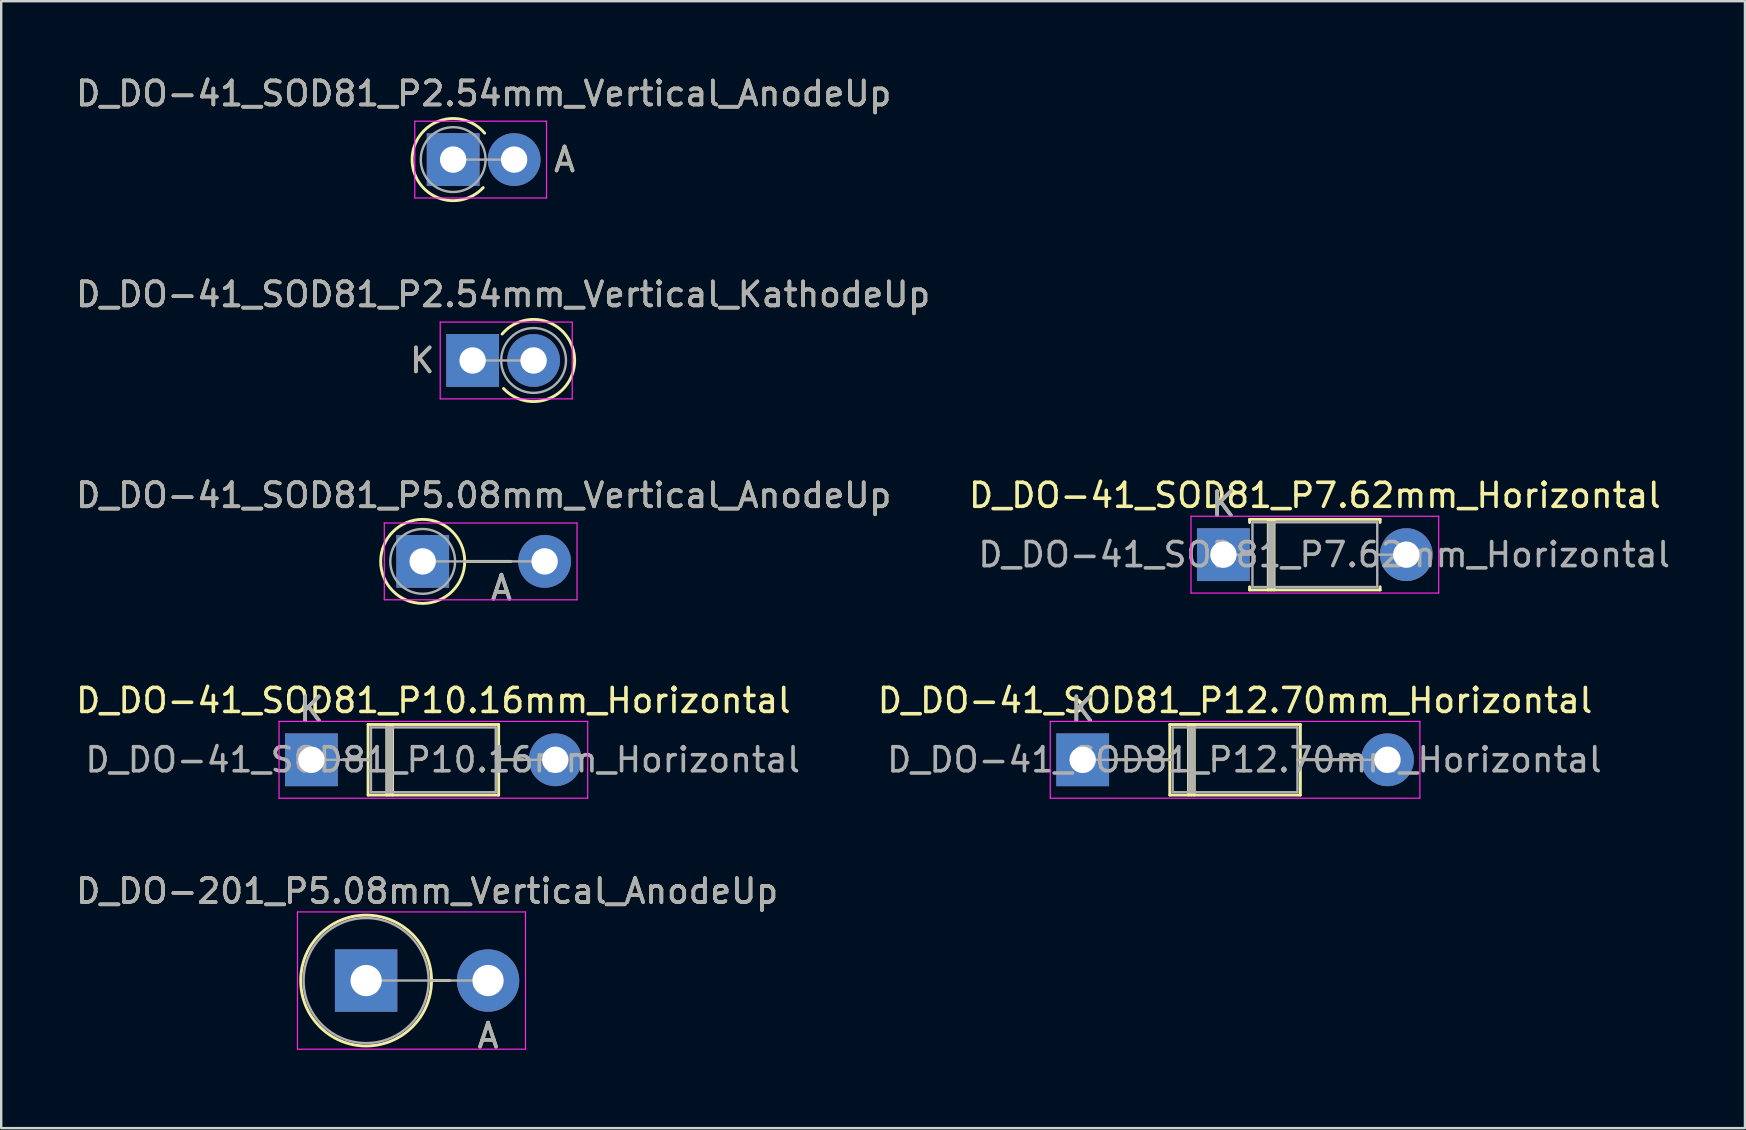
<source format=kicad_pcb>
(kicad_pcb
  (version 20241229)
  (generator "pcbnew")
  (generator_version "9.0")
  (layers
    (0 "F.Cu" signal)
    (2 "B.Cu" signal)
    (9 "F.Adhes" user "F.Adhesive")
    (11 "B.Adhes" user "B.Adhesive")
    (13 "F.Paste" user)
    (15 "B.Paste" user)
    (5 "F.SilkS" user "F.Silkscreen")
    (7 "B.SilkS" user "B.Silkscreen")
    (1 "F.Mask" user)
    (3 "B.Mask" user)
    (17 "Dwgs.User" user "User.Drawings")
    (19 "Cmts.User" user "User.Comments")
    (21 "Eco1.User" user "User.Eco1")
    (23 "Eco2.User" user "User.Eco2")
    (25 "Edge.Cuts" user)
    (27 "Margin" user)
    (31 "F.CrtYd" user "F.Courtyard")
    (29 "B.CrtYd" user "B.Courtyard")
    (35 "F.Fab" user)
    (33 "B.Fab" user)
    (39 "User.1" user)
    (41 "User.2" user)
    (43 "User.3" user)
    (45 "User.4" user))
  (footprint "D_DO-41_SOD81_P2.54mm_Vertical_KathodeUp"
    (layer "F.Cu")
    (at 16.641 11.969)
    (property "Reference" "D_DO-41_SOD81_P2.54mm_Vertical_KathodeUp" (at 1.27 -2.751 0) (layer "F.SilkS") (effects (font (size 1 1) (thickness 0.15))))
    (attr through_hole)
    (fp_arc (start 1.228847 -1.1) (mid 4.250877 -0.044974) (end 1.288449 1.167366) (stroke (width 0.12) (type solid)) (layer "F.SilkS"))
    (fp_line (start -1.35 -1.6) (end -1.35 1.6) (stroke (width 0.05) (type solid)) (layer "F.CrtYd"))
    (fp_line (start -1.35 1.6) (end 4.15 1.6) (stroke (width 0.05) (type solid)) (layer "F.CrtYd"))
    (fp_line (start 4.15 -1.6) (end -1.35 -1.6) (stroke (width 0.05) (type solid)) (layer "F.CrtYd"))
    (fp_line (start 4.15 1.6) (end 4.15 -1.6) (stroke (width 0.05) (type solid)) (layer "F.CrtYd"))
    (fp_line (start 0 0) (end 2.54 0) (stroke (width 0.1) (type solid)) (layer "F.Fab"))
    (fp_circle (center 2.54 0) (end 3.89 0) (stroke (width 0.1) (type solid)) (fill no) (layer "F.Fab"))
    (fp_text user "K" (at -2.1 0 0) (layer "F.SilkS") (effects (font (size 1 1) (thickness 0.15))))
    (fp_text user "K" (at -2.1 0 0) (layer "F.Fab") (effects (font (size 1 1) (thickness 0.15))))
    (fp_text user "${REFERENCE}" (at 1.27 -2.751 0) (layer "F.Fab") (effects (font (size 1 1) (thickness 0.15))))
    (pad "1" thru_hole rect (at 0 0) (size 2.2 2.2) (drill 1.1) (layers "*.Cu" "*.Mask"))
    (pad "2" thru_hole oval (at 2.54 0) (size 2.2 2.2) (drill 1.1) (layers "*.Cu" "*.Mask")))
  (footprint "D_DO-41_SOD81_P7.62mm_Horizontal"
    (layer "F.Cu")
    (at 47.922 20.059)
    (property "Reference" "D_DO-41_SOD81_P7.62mm_Horizontal" (at 3.81 -2.47 0) (layer "F.SilkS") (effects (font (size 1 1) (thickness 0.15))))
    (attr through_hole)
    (fp_line (start 1.09 -1.47) (end 6.53 -1.47) (stroke (width 0.12) (type solid)) (layer "F.SilkS"))
    (fp_line (start 1.09 -1.34) (end 1.09 -1.47) (stroke (width 0.12) (type solid)) (layer "F.SilkS"))
    (fp_line (start 1.09 1.34) (end 1.09 1.47) (stroke (width 0.12) (type solid)) (layer "F.SilkS"))
    (fp_line (start 1.09 1.47) (end 6.53 1.47) (stroke (width 0.12) (type solid)) (layer "F.SilkS"))
    (fp_line (start 1.87 -1.47) (end 1.87 1.47) (stroke (width 0.12) (type solid)) (layer "F.SilkS"))
    (fp_line (start 1.99 -1.47) (end 1.99 1.47) (stroke (width 0.12) (type solid)) (layer "F.SilkS"))
    (fp_line (start 2.11 -1.47) (end 2.11 1.47) (stroke (width 0.12) (type solid)) (layer "F.SilkS"))
    (fp_line (start 6.53 -1.47) (end 6.53 -1.34) (stroke (width 0.12) (type solid)) (layer "F.SilkS"))
    (fp_line (start 6.53 1.47) (end 6.53 1.34) (stroke (width 0.12) (type solid)) (layer "F.SilkS"))
    (fp_line (start -1.35 -1.6) (end -1.35 1.6) (stroke (width 0.05) (type solid)) (layer "F.CrtYd"))
    (fp_line (start -1.35 1.6) (end 8.97 1.6) (stroke (width 0.05) (type solid)) (layer "F.CrtYd"))
    (fp_line (start 8.97 -1.6) (end -1.35 -1.6) (stroke (width 0.05) (type solid)) (layer "F.CrtYd"))
    (fp_line (start 8.97 1.6) (end 8.97 -1.6) (stroke (width 0.05) (type solid)) (layer "F.CrtYd"))
    (fp_line (start 0 0) (end 1.21 0) (stroke (width 0.1) (type solid)) (layer "F.Fab"))
    (fp_line (start 1.21 -1.35) (end 1.21 1.35) (stroke (width 0.1) (type solid)) (layer "F.Fab"))
    (fp_line (start 1.21 1.35) (end 6.41 1.35) (stroke (width 0.1) (type solid)) (layer "F.Fab"))
    (fp_line (start 1.89 -1.35) (end 1.89 1.35) (stroke (width 0.1) (type solid)) (layer "F.Fab"))
    (fp_line (start 1.99 -1.35) (end 1.99 1.35) (stroke (width 0.1) (type solid)) (layer "F.Fab"))
    (fp_line (start 2.09 -1.35) (end 2.09 1.35) (stroke (width 0.1) (type solid)) (layer "F.Fab"))
    (fp_line (start 6.41 -1.35) (end 1.21 -1.35) (stroke (width 0.1) (type solid)) (layer "F.Fab"))
    (fp_line (start 6.41 1.35) (end 6.41 -1.35) (stroke (width 0.1) (type solid)) (layer "F.Fab"))
    (fp_line (start 7.62 0) (end 6.41 0) (stroke (width 0.1) (type solid)) (layer "F.Fab"))
    (fp_text user "K" (at 0 -2.1 0) (layer "F.SilkS") (effects (font (size 1 1) (thickness 0.15))))
    (fp_text user "K" (at 0 -2.1 0) (layer "F.Fab") (effects (font (size 1 1) (thickness 0.15))))
    (fp_text user "${REFERENCE}" (at 4.2 0 0) (layer "F.Fab") (effects (font (size 1 1) (thickness 0.15))))
    (pad "1" thru_hole rect (at 0 0) (size 2.2 2.2) (drill 1.1) (layers "*.Cu" "*.Mask"))
    (pad "2" thru_hole oval (at 7.62 0) (size 2.2 2.2) (drill 1.1) (layers "*.Cu" "*.Mask")))
  (footprint "D_DO-41_SOD81_P12.70mm_Horizontal"
    (layer "F.Cu")
    (at 42.058 28.606)
    (property "Reference" "D_DO-41_SOD81_P12.70mm_Horizontal" (at 6.35 -2.47 0) (layer "F.SilkS") (effects (font (size 1 1) (thickness 0.15))))
    (attr through_hole)
    (fp_line (start 1.34 0) (end 3.63 0) (stroke (width 0.12) (type solid)) (layer "F.SilkS"))
    (fp_line (start 3.63 -1.47) (end 3.63 1.47) (stroke (width 0.12) (type solid)) (layer "F.SilkS"))
    (fp_line (start 3.63 1.47) (end 9.07 1.47) (stroke (width 0.12) (type solid)) (layer "F.SilkS"))
    (fp_line (start 4.41 -1.47) (end 4.41 1.47) (stroke (width 0.12) (type solid)) (layer "F.SilkS"))
    (fp_line (start 4.53 -1.47) (end 4.53 1.47) (stroke (width 0.12) (type solid)) (layer "F.SilkS"))
    (fp_line (start 4.65 -1.47) (end 4.65 1.47) (stroke (width 0.12) (type solid)) (layer "F.SilkS"))
    (fp_line (start 9.07 -1.47) (end 3.63 -1.47) (stroke (width 0.12) (type solid)) (layer "F.SilkS"))
    (fp_line (start 9.07 1.47) (end 9.07 -1.47) (stroke (width 0.12) (type solid)) (layer "F.SilkS"))
    (fp_line (start 11.36 0) (end 9.07 0) (stroke (width 0.12) (type solid)) (layer "F.SilkS"))
    (fp_line (start -1.35 -1.6) (end -1.35 1.6) (stroke (width 0.05) (type solid)) (layer "F.CrtYd"))
    (fp_line (start -1.35 1.6) (end 14.05 1.6) (stroke (width 0.05) (type solid)) (layer "F.CrtYd"))
    (fp_line (start 14.05 -1.6) (end -1.35 -1.6) (stroke (width 0.05) (type solid)) (layer "F.CrtYd"))
    (fp_line (start 14.05 1.6) (end 14.05 -1.6) (stroke (width 0.05) (type solid)) (layer "F.CrtYd"))
    (fp_line (start 0 0) (end 3.75 0) (stroke (width 0.1) (type solid)) (layer "F.Fab"))
    (fp_line (start 3.75 -1.35) (end 3.75 1.35) (stroke (width 0.1) (type solid)) (layer "F.Fab"))
    (fp_line (start 3.75 1.35) (end 8.95 1.35) (stroke (width 0.1) (type solid)) (layer "F.Fab"))
    (fp_line (start 4.43 -1.35) (end 4.43 1.35) (stroke (width 0.1) (type solid)) (layer "F.Fab"))
    (fp_line (start 4.53 -1.35) (end 4.53 1.35) (stroke (width 0.1) (type solid)) (layer "F.Fab"))
    (fp_line (start 4.63 -1.35) (end 4.63 1.35) (stroke (width 0.1) (type solid)) (layer "F.Fab"))
    (fp_line (start 8.95 -1.35) (end 3.75 -1.35) (stroke (width 0.1) (type solid)) (layer "F.Fab"))
    (fp_line (start 8.95 1.35) (end 8.95 -1.35) (stroke (width 0.1) (type solid)) (layer "F.Fab"))
    (fp_line (start 12.7 0) (end 8.95 0) (stroke (width 0.1) (type solid)) (layer "F.Fab"))
    (fp_text user "K" (at 0 -2.1 0) (layer "F.SilkS") (effects (font (size 1 1) (thickness 0.15))))
    (fp_text user "${REFERENCE}" (at 6.74 0 0) (layer "F.Fab") (effects (font (size 1 1) (thickness 0.15))))
    (fp_text user "K" (at 0 -2.1 0) (layer "F.Fab") (effects (font (size 1 1) (thickness 0.15))))
    (pad "1" thru_hole rect (at 0 0) (size 2.2 2.2) (drill 1.1) (layers "*.Cu" "*.Mask"))
    (pad "2" thru_hole oval (at 12.7 0) (size 2.2 2.2) (drill 1.1) (layers "*.Cu" "*.Mask")))
  (footprint "D_DO-41_SOD81_P5.08mm_Vertical_AnodeUp"
    (layer "F.Cu")
    (at 14.561 20.34)
    (property "Reference" "D_DO-41_SOD81_P5.08mm_Vertical_AnodeUp" (at 2.54 -2.751 0) (layer "F.SilkS") (effects (font (size 1 1) (thickness 0.15))))
    (attr through_hole)
    (fp_line (start 1.751 0) (end 3.68 0) (stroke (width 0.12) (type solid)) (layer "F.SilkS"))
    (fp_circle (center 0 0) (end 1.751 0) (stroke (width 0.12) (type solid)) (fill no) (layer "F.SilkS"))
    (fp_line (start -1.6 -1.6) (end -1.6 1.6) (stroke (width 0.05) (type solid)) (layer "F.CrtYd"))
    (fp_line (start -1.6 1.6) (end 6.43 1.6) (stroke (width 0.05) (type solid)) (layer "F.CrtYd"))
    (fp_line (start 6.43 -1.6) (end -1.6 -1.6) (stroke (width 0.05) (type solid)) (layer "F.CrtYd"))
    (fp_line (start 6.43 1.6) (end 6.43 -1.6) (stroke (width 0.05) (type solid)) (layer "F.CrtYd"))
    (fp_line (start 0 0) (end 5.08 0) (stroke (width 0.1) (type solid)) (layer "F.Fab"))
    (fp_circle (center 0 0) (end 1.35 0) (stroke (width 0.1) (type solid)) (fill no) (layer "F.Fab"))
    (fp_text user "A" (at 3.28 1.1 0) (layer "F.SilkS") (effects (font (size 1 1) (thickness 0.15))))
    (fp_text user "A" (at 3.28 1.1 0) (layer "F.Fab") (effects (font (size 1 1) (thickness 0.15))))
    (fp_text user "${REFERENCE}" (at 2.54 -2.751 0) (layer "F.Fab") (effects (font (size 1 1) (thickness 0.15))))
    (pad "1" thru_hole rect (at 0 0) (size 2.2 2.2) (drill 1.1) (layers "*.Cu" "*.Mask"))
    (pad "2" thru_hole oval (at 5.08 0) (size 2.2 2.2) (drill 1.1) (layers "*.Cu" "*.Mask")))
  (footprint "D_DO-41_SOD81_P2.54mm_Vertical_AnodeUp"
    (layer "F.Cu")
    (at 15.831 3.599)
    (property "Reference" "D_DO-41_SOD81_P2.54mm_Vertical_AnodeUp" (at 1.27 -2.751 0) (layer "F.SilkS") (effects (font (size 1 1) (thickness 0.15))))
    (attr through_hole)
    (fp_arc (start 1.251551 1.167366) (mid -1.710877 -0.044974) (end 1.311153 -1.1) (stroke (width 0.12) (type solid)) (layer "F.SilkS"))
    (fp_line (start -1.6 -1.6) (end -1.6 1.6) (stroke (width 0.05) (type solid)) (layer "F.CrtYd"))
    (fp_line (start -1.6 1.6) (end 3.89 1.6) (stroke (width 0.05) (type solid)) (layer "F.CrtYd"))
    (fp_line (start 3.89 -1.6) (end -1.6 -1.6) (stroke (width 0.05) (type solid)) (layer "F.CrtYd"))
    (fp_line (start 3.89 1.6) (end 3.89 -1.6) (stroke (width 0.05) (type solid)) (layer "F.CrtYd"))
    (fp_line (start 0 0) (end 2.54 0) (stroke (width 0.1) (type solid)) (layer "F.Fab"))
    (fp_circle (center 0 0) (end 1.35 0) (stroke (width 0.1) (type solid)) (fill no) (layer "F.Fab"))
    (fp_text user "A" (at 4.64 0 0) (layer "F.SilkS") (effects (font (size 1 1) (thickness 0.15))))
    (fp_text user "${REFERENCE}" (at 1.27 -2.751 0) (layer "F.Fab") (effects (font (size 1 1) (thickness 0.15))))
    (fp_text user "A" (at 4.64 0 0) (layer "F.Fab") (effects (font (size 1 1) (thickness 0.15))))
    (pad "1" thru_hole rect (at 0 0) (size 2.2 2.2) (drill 1.1) (layers "*.Cu" "*.Mask"))
    (pad "2" thru_hole oval (at 2.54 0) (size 2.2 2.2) (drill 1.1) (layers "*.Cu" "*.Mask")))
  (footprint "D_DO-201_P5.08mm_Vertical_AnodeUp"
    (layer "F.Cu")
    (at 12.204 37.804)
    (property "Reference" "D_DO-201_P5.08mm_Vertical_AnodeUp" (at 2.54 -3.725 0) (layer "F.SilkS") (effects (font (size 1 1) (thickness 0.15))))
    (attr through_hole)
    (fp_line (start 2.725 0) (end 3.48 0) (stroke (width 0.12) (type solid)) (layer "F.SilkS"))
    (fp_circle (center 0 0) (end 2.725 0) (stroke (width 0.12) (type solid)) (fill no) (layer "F.SilkS"))
    (fp_line (start -2.86 -2.86) (end -2.86 2.86) (stroke (width 0.05) (type solid)) (layer "F.CrtYd"))
    (fp_line (start -2.86 2.86) (end 6.64 2.86) (stroke (width 0.05) (type solid)) (layer "F.CrtYd"))
    (fp_line (start 6.64 -2.86) (end -2.86 -2.86) (stroke (width 0.05) (type solid)) (layer "F.CrtYd"))
    (fp_line (start 6.64 2.86) (end 6.64 -2.86) (stroke (width 0.05) (type solid)) (layer "F.CrtYd"))
    (fp_line (start 0 0) (end 5.08 0) (stroke (width 0.1) (type solid)) (layer "F.Fab"))
    (fp_circle (center 0 0) (end 2.605 0) (stroke (width 0.1) (type solid)) (fill no) (layer "F.Fab"))
    (fp_text user "A" (at 5.08 2.3 0) (layer "F.SilkS") (effects (font (size 1 1) (thickness 0.15))))
    (fp_text user "${REFERENCE}" (at 2.54 -3.725 0) (layer "F.Fab") (effects (font (size 1 1) (thickness 0.15))))
    (fp_text user "A" (at 5.08 2.3 0) (layer "F.Fab") (effects (font (size 1 1) (thickness 0.15))))
    (pad "1" thru_hole rect (at 0 0) (size 2.6 2.6) (drill 1.3) (layers "*.Cu" "*.Mask"))
    (pad "2" thru_hole oval (at 5.08 0) (size 2.6 2.6) (drill 1.3) (layers "*.Cu" "*.Mask")))
  (footprint "D_DO-41_SOD81_P10.16mm_Horizontal"
    (layer "F.Cu")
    (at 9.926 28.606)
    (property "Reference" "D_DO-41_SOD81_P10.16mm_Horizontal" (at 5.08 -2.47 0) (layer "F.SilkS") (effects (font (size 1 1) (thickness 0.15))))
    (attr through_hole)
    (fp_line (start 1.34 0) (end 2.36 0) (stroke (width 0.12) (type solid)) (layer "F.SilkS"))
    (fp_line (start 2.36 -1.47) (end 2.36 1.47) (stroke (width 0.12) (type solid)) (layer "F.SilkS"))
    (fp_line (start 2.36 1.47) (end 7.8 1.47) (stroke (width 0.12) (type solid)) (layer "F.SilkS"))
    (fp_line (start 3.14 -1.47) (end 3.14 1.47) (stroke (width 0.12) (type solid)) (layer "F.SilkS"))
    (fp_line (start 3.26 -1.47) (end 3.26 1.47) (stroke (width 0.12) (type solid)) (layer "F.SilkS"))
    (fp_line (start 3.38 -1.47) (end 3.38 1.47) (stroke (width 0.12) (type solid)) (layer "F.SilkS"))
    (fp_line (start 7.8 -1.47) (end 2.36 -1.47) (stroke (width 0.12) (type solid)) (layer "F.SilkS"))
    (fp_line (start 7.8 1.47) (end 7.8 -1.47) (stroke (width 0.12) (type solid)) (layer "F.SilkS"))
    (fp_line (start 8.82 0) (end 7.8 0) (stroke (width 0.12) (type solid)) (layer "F.SilkS"))
    (fp_line (start -1.35 -1.6) (end -1.35 1.6) (stroke (width 0.05) (type solid)) (layer "F.CrtYd"))
    (fp_line (start -1.35 1.6) (end 11.51 1.6) (stroke (width 0.05) (type solid)) (layer "F.CrtYd"))
    (fp_line (start 11.51 -1.6) (end -1.35 -1.6) (stroke (width 0.05) (type solid)) (layer "F.CrtYd"))
    (fp_line (start 11.51 1.6) (end 11.51 -1.6) (stroke (width 0.05) (type solid)) (layer "F.CrtYd"))
    (fp_line (start 0 0) (end 2.48 0) (stroke (width 0.1) (type solid)) (layer "F.Fab"))
    (fp_line (start 2.48 -1.35) (end 2.48 1.35) (stroke (width 0.1) (type solid)) (layer "F.Fab"))
    (fp_line (start 2.48 1.35) (end 7.68 1.35) (stroke (width 0.1) (type solid)) (layer "F.Fab"))
    (fp_line (start 3.16 -1.35) (end 3.16 1.35) (stroke (width 0.1) (type solid)) (layer "F.Fab"))
    (fp_line (start 3.26 -1.35) (end 3.26 1.35) (stroke (width 0.1) (type solid)) (layer "F.Fab"))
    (fp_line (start 3.36 -1.35) (end 3.36 1.35) (stroke (width 0.1) (type solid)) (layer "F.Fab"))
    (fp_line (start 7.68 -1.35) (end 2.48 -1.35) (stroke (width 0.1) (type solid)) (layer "F.Fab"))
    (fp_line (start 7.68 1.35) (end 7.68 -1.35) (stroke (width 0.1) (type solid)) (layer "F.Fab"))
    (fp_line (start 10.16 0) (end 7.68 0) (stroke (width 0.1) (type solid)) (layer "F.Fab"))
    (fp_text user "K" (at 0 -2.1 0) (layer "F.SilkS") (effects (font (size 1 1) (thickness 0.15))))
    (fp_text user "K" (at 0 -2.1 0) (layer "F.Fab") (effects (font (size 1 1) (thickness 0.15))))
    (fp_text user "${REFERENCE}" (at 5.47 0 0) (layer "F.Fab") (effects (font (size 1 1) (thickness 0.15))))
    (pad "1" thru_hole rect (at 0 0) (size 2.2 2.2) (drill 1.1) (layers "*.Cu" "*.Mask"))
    (pad "2" thru_hole oval (at 10.16 0) (size 2.2 2.2) (drill 1.1) (layers "*.Cu" "*.Mask")))
  (gr_rect
    (start -3 -3)
    (end 69.652 43.953)
    (stroke (width 0.1) (type default))
    (fill no)
    (layer "Edge.Cuts")))
</source>
